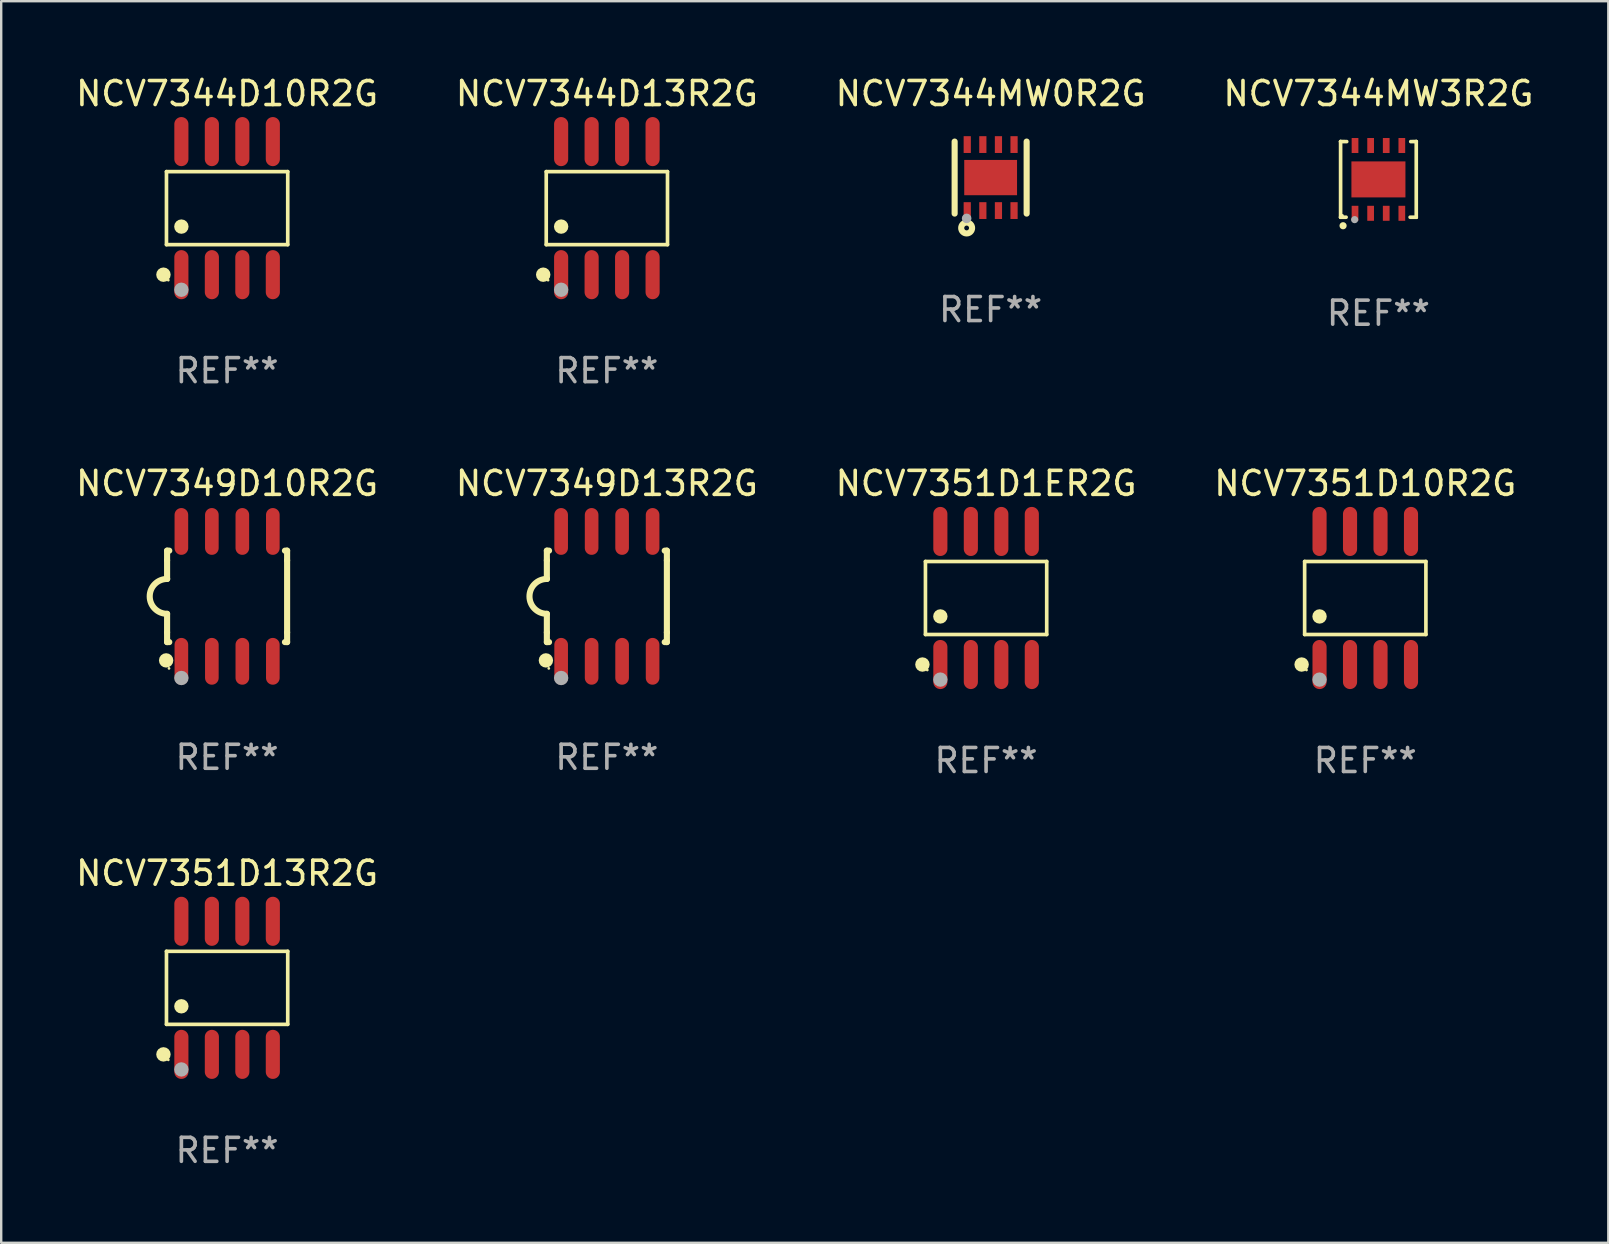
<source format=kicad_pcb>
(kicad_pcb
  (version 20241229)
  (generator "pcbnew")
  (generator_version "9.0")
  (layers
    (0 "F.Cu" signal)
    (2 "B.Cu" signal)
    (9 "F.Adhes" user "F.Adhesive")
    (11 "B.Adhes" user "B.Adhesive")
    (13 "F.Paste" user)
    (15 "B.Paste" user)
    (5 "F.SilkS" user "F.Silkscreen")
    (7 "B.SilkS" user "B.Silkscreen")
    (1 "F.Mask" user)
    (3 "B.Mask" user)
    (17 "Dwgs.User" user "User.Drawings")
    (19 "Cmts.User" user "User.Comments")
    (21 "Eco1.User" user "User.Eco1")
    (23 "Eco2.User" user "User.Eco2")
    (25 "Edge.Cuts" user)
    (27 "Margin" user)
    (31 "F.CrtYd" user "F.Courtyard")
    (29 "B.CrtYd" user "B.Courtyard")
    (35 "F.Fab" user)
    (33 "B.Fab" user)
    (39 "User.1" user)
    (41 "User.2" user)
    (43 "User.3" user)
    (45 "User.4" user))
  (footprint "NCV7344D13R2G"
    (layer "F.Cu")
    (at 22.232 5.621)
    (property "Reference" "NCV7344D13R2G" (at 0 -4.772 0) (layer "F.SilkS") (effects (font (size 1 1) (thickness 0.15))))
    (attr through_hole)
    (fp_line (start -2.526 -1.521) (end 2.526 -1.521) (stroke (width 0.152) (type solid)) (layer "F.SilkS"))
    (fp_line (start -2.526 1.521) (end -2.526 -1.521) (stroke (width 0.152) (type solid)) (layer "F.SilkS"))
    (fp_line (start 2.526 -1.521) (end 2.526 1.521) (stroke (width 0.152) (type solid)) (layer "F.SilkS"))
    (fp_line (start 2.526 1.521) (end -2.526 1.521) (stroke (width 0.152) (type solid)) (layer "F.SilkS"))
    (fp_circle (center -2.652 2.772) (end -2.501 2.772) (stroke (width 0.3) (type solid)) (fill no) (layer "F.SilkS"))
    (fp_circle (center -2.45 3) (end -2.42 3) (stroke (width 0.06) (type solid)) (fill no) (layer "F.SilkS"))
    (fp_circle (center -1.905 0.769) (end -1.755 0.769) (stroke (width 0.3) (type solid)) (fill no) (layer "F.SilkS"))
    (fp_circle (center -1.905 3.4) (end -1.755 3.4) (stroke (width 0.3) (type solid)) (fill no) (layer "F.Fab"))
    (fp_text user "REF**" (at 0 6.772 0) (layer "F.Fab") (effects (font (size 1 1) (thickness 0.15))))
    (pad "1" smd oval (at -1.905 2.772) (size 0.588 2.045) (layers "F.Cu" "F.Mask" "F.Paste"))
    (pad "2" smd oval (at -0.635 2.772) (size 0.588 2.045) (layers "F.Cu" "F.Mask" "F.Paste"))
    (pad "3" smd oval (at 0.635 2.772) (size 0.588 2.045) (layers "F.Cu" "F.Mask" "F.Paste"))
    (pad "4" smd oval (at 1.905 2.772) (size 0.588 2.045) (layers "F.Cu" "F.Mask" "F.Paste"))
    (pad "5" smd oval (at 1.905 -2.772) (size 0.588 2.045) (layers "F.Cu" "F.Mask" "F.Paste"))
    (pad "6" smd oval (at 0.635 -2.772) (size 0.588 2.045) (layers "F.Cu" "F.Mask" "F.Paste"))
    (pad "7" smd oval (at -0.635 -2.772) (size 0.588 2.045) (layers "F.Cu" "F.Mask" "F.Paste"))
    (pad "8" smd oval (at -1.905 -2.772) (size 0.588 2.045) (layers "F.Cu" "F.Mask" "F.Paste")))
  (footprint "NCV7344D10R2G"
    (layer "F.Cu")
    (at 6.411 5.621)
    (property "Reference" "NCV7344D10R2G" (at 0 -4.772 0) (layer "F.SilkS") (effects (font (size 1 1) (thickness 0.15))))
    (attr through_hole)
    (fp_line (start -2.526 -1.521) (end 2.526 -1.521) (stroke (width 0.152) (type solid)) (layer "F.SilkS"))
    (fp_line (start -2.526 1.521) (end -2.526 -1.521) (stroke (width 0.152) (type solid)) (layer "F.SilkS"))
    (fp_line (start 2.526 -1.521) (end 2.526 1.521) (stroke (width 0.152) (type solid)) (layer "F.SilkS"))
    (fp_line (start 2.526 1.521) (end -2.526 1.521) (stroke (width 0.152) (type solid)) (layer "F.SilkS"))
    (fp_circle (center -2.652 2.772) (end -2.501 2.772) (stroke (width 0.3) (type solid)) (fill no) (layer "F.SilkS"))
    (fp_circle (center -2.45 3) (end -2.42 3) (stroke (width 0.06) (type solid)) (fill no) (layer "F.SilkS"))
    (fp_circle (center -1.905 0.769) (end -1.755 0.769) (stroke (width 0.3) (type solid)) (fill no) (layer "F.SilkS"))
    (fp_circle (center -1.905 3.4) (end -1.755 3.4) (stroke (width 0.3) (type solid)) (fill no) (layer "F.Fab"))
    (fp_text user "REF**" (at 0 6.772 0) (layer "F.Fab") (effects (font (size 1 1) (thickness 0.15))))
    (pad "1" smd oval (at -1.905 2.772) (size 0.588 2.045) (layers "F.Cu" "F.Mask" "F.Paste"))
    (pad "2" smd oval (at -0.635 2.772) (size 0.588 2.045) (layers "F.Cu" "F.Mask" "F.Paste"))
    (pad "3" smd oval (at 0.635 2.772) (size 0.588 2.045) (layers "F.Cu" "F.Mask" "F.Paste"))
    (pad "4" smd oval (at 1.905 2.772) (size 0.588 2.045) (layers "F.Cu" "F.Mask" "F.Paste"))
    (pad "5" smd oval (at 1.905 -2.772) (size 0.588 2.045) (layers "F.Cu" "F.Mask" "F.Paste"))
    (pad "6" smd oval (at 0.635 -2.772) (size 0.588 2.045) (layers "F.Cu" "F.Mask" "F.Paste"))
    (pad "7" smd oval (at -0.635 -2.772) (size 0.588 2.045) (layers "F.Cu" "F.Mask" "F.Paste"))
    (pad "8" smd oval (at -1.905 -2.772) (size 0.588 2.045) (layers "F.Cu" "F.Mask" "F.Paste")))
  (footprint "NCV7349D13R2G"
    (layer "F.Cu")
    (at 22.232 21.795)
    (property "Reference" "NCV7349D13R2G" (at 0 -4.705 0) (layer "F.SilkS") (effects (font (size 1 1) (thickness 0.15))))
    (attr through_hole)
    (fp_line (start -2.5 -1.905) (end -2.409 -1.905) (stroke (width 0.254) (type solid)) (layer "F.SilkS"))
    (fp_line (start -2.5 -1.5) (end -2.5 -1.905) (stroke (width 0.254) (type solid)) (layer "F.SilkS"))
    (fp_line (start -2.5 -1.5) (end -2.5 -0.726) (stroke (width 0.254) (type solid)) (layer "F.SilkS"))
    (fp_line (start -2.5 1.5) (end -2.5 0.727) (stroke (width 0.254) (type solid)) (layer "F.SilkS"))
    (fp_line (start -2.5 1.5) (end -2.5 1.905) (stroke (width 0.254) (type solid)) (layer "F.SilkS"))
    (fp_line (start -2.5 1.905) (end -2.409 1.905) (stroke (width 0.254) (type solid)) (layer "F.SilkS"))
    (fp_line (start 2.5 -1.905) (end 2.409 -1.905) (stroke (width 0.254) (type solid)) (layer "F.SilkS"))
    (fp_line (start 2.5 -1.5) (end 2.5 -1.905) (stroke (width 0.254) (type solid)) (layer "F.SilkS"))
    (fp_line (start 2.5 -1.5) (end 2.5 1.5) (stroke (width 0.254) (type solid)) (layer "F.SilkS"))
    (fp_line (start 2.5 1.5) (end 2.5 1.905) (stroke (width 0.254) (type solid)) (layer "F.SilkS"))
    (fp_line (start 2.5 1.905) (end 2.409 1.905) (stroke (width 0.254) (type solid)) (layer "F.SilkS"))
    (fp_arc (start -2.5 0.726568) (mid -3.220316 -0.0023) (end -2.495097 -0.726289) (stroke (width 0.254001) (type solid)) (layer "F.SilkS"))
    (fp_circle (center -2.54 2.667) (end -2.39 2.667) (stroke (width 0.3) (type solid)) (fill no) (layer "F.SilkS"))
    (fp_circle (center -2.42 3) (end -2.39 3) (stroke (width 0.06) (type solid)) (fill no) (layer "F.SilkS"))
    (fp_circle (center -1.905 3.4) (end -1.755 3.4) (stroke (width 0.3) (type solid)) (fill no) (layer "F.Fab"))
    (fp_text user "REF**" (at 0 6.705 0) (layer "F.Fab") (effects (font (size 1 1) (thickness 0.15))))
    (pad "1" smd oval (at -1.905 2.705) (size 0.568 1.95) (layers "F.Cu" "F.Mask" "F.Paste"))
    (pad "2" smd oval (at -0.635 2.705) (size 0.568 1.95) (layers "F.Cu" "F.Mask" "F.Paste"))
    (pad "3" smd oval (at 0.635 2.705) (size 0.568 1.95) (layers "F.Cu" "F.Mask" "F.Paste"))
    (pad "4" smd oval (at 1.905 2.705) (size 0.568 1.95) (layers "F.Cu" "F.Mask" "F.Paste"))
    (pad "5" smd oval (at 1.905 -2.705) (size 0.568 1.95) (layers "F.Cu" "F.Mask" "F.Paste"))
    (pad "6" smd oval (at 0.635 -2.705) (size 0.568 1.95) (layers "F.Cu" "F.Mask" "F.Paste"))
    (pad "7" smd oval (at -0.635 -2.705) (size 0.568 1.95) (layers "F.Cu" "F.Mask" "F.Paste"))
    (pad "8" smd oval (at -1.905 -2.705) (size 0.568 1.95) (layers "F.Cu" "F.Mask" "F.Paste")))
  (footprint "NCV7344MW3R2G"
    (layer "F.Cu")
    (at 54.375 4.424)
    (property "Reference" "NCV7344MW3R2G" (at 0 -3.576 0) (layer "F.SilkS") (effects (font (size 1 1) (thickness 0.15))))
    (attr through_hole)
    (fp_line (start -1.576 -1.576) (end -1.576 -1.576) (stroke (width 0.152) (type solid)) (layer "F.SilkS"))
    (fp_line (start -1.576 -1.576) (end -1.576 1.576) (stroke (width 0.152) (type solid)) (layer "F.SilkS"))
    (fp_line (start -1.576 1.576) (end -1.576 1.576) (stroke (width 0.152) (type solid)) (layer "F.SilkS"))
    (fp_line (start -1.576 1.576) (end -1.346 1.575) (stroke (width 0.152) (type solid)) (layer "F.SilkS"))
    (fp_line (start -1.321 -1.575) (end -1.576 -1.576) (stroke (width 0.152) (type solid)) (layer "F.SilkS"))
    (fp_line (start 1.321 1.575) (end 1.576 1.576) (stroke (width 0.152) (type solid)) (layer "F.SilkS"))
    (fp_line (start 1.576 -1.576) (end 1.346 -1.575) (stroke (width 0.152) (type solid)) (layer "F.SilkS"))
    (fp_line (start 1.576 -1.576) (end 1.576 -1.576) (stroke (width 0.152) (type solid)) (layer "F.SilkS"))
    (fp_line (start 1.576 1.576) (end 1.576 -1.576) (stroke (width 0.152) (type solid)) (layer "F.SilkS"))
    (fp_line (start 1.576 1.576) (end 1.576 1.576) (stroke (width 0.152) (type solid)) (layer "F.SilkS"))
    (fp_circle (center -1.5 1.5) (end -1.47 1.5) (stroke (width 0.06) (type solid)) (fill no) (layer "F.SilkS"))
    (fp_circle (center -1.473 1.93) (end -1.398 1.93) (stroke (width 0.15) (type solid)) (fill no) (layer "F.SilkS"))
    (fp_circle (center -0.991 1.676) (end -0.916 1.676) (stroke (width 0.15) (type solid)) (fill no) (layer "F.Fab"))
    (fp_text user "REF**" (at 0 5.576 0) (layer "F.Fab") (effects (font (size 1 1) (thickness 0.15))))
    (pad "1" smd rect (at -0.975 1.412) (size 0.28 0.625) (layers "F.Cu" "F.Mask" "F.Paste"))
    (pad "2" smd rect (at -0.325 1.412) (size 0.28 0.625) (layers "F.Cu" "F.Mask" "F.Paste"))
    (pad "3" smd rect (at 0.325 1.412) (size 0.28 0.625) (layers "F.Cu" "F.Mask" "F.Paste"))
    (pad "4" smd rect (at 0.975 1.412) (size 0.28 0.625) (layers "F.Cu" "F.Mask" "F.Paste"))
    (pad "5" smd rect (at 0.975 -1.412) (size 0.28 0.625) (layers "F.Cu" "F.Mask" "F.Paste"))
    (pad "6" smd rect (at 0.325 -1.412) (size 0.28 0.625) (layers "F.Cu" "F.Mask" "F.Paste"))
    (pad "7" smd rect (at -0.325 -1.412) (size 0.28 0.625) (layers "F.Cu" "F.Mask" "F.Paste"))
    (pad "8" smd rect (at -0.975 -1.412) (size 0.28 0.625) (layers "F.Cu" "F.Mask" "F.Paste"))
    (pad "9" smd rect (at 0 0) (size 2.25 1.5) (layers "F.Cu" "F.Mask" "F.Paste")))
  (footprint "NCV7344MW0R2G"
    (layer "F.Cu")
    (at 38.22 4.348)
    (property "Reference" "NCV7344MW0R2G" (at 0 -3.5 0) (layer "F.SilkS") (effects (font (size 1 1) (thickness 0.15))))
    (attr through_hole)
    (fp_line (start -1.5 -1.5) (end -1.5 1.5) (stroke (width 0.254) (type solid)) (layer "F.SilkS"))
    (fp_line (start 1.5 -1.5) (end 1.5 1.5) (stroke (width 0.254) (type solid)) (layer "F.SilkS"))
    (fp_circle (center -1.5 1.5) (end -1.47 1.5) (stroke (width 0.06) (type solid)) (fill no) (layer "F.SilkS"))
    (fp_circle (center -1 2.1) (end -0.9 2.1) (stroke (width 0.254) (type solid)) (fill no) (layer "F.SilkS"))
    (fp_circle (center -1 1.7) (end -0.9 1.7) (stroke (width 0.2) (type solid)) (fill no) (layer "F.Fab"))
    (fp_text user "REF**" (at 0 5.5 0) (layer "F.Fab") (effects (font (size 1 1) (thickness 0.15))))
    (pad "1" smd rect (at -0.975 1.375 90) (size 0.7 0.3) (layers "F.Cu" "F.Mask" "F.Paste"))
    (pad "2" smd rect (at -0.325 1.375 90) (size 0.7 0.3) (layers "F.Cu" "F.Mask" "F.Paste"))
    (pad "3" smd rect (at 0.325 1.375 90) (size 0.7 0.3) (layers "F.Cu" "F.Mask" "F.Paste"))
    (pad "4" smd rect (at 0.975 1.375 90) (size 0.7 0.3) (layers "F.Cu" "F.Mask" "F.Paste"))
    (pad "5" smd rect (at 0.975 -1.375 90) (size 0.7 0.3) (layers "F.Cu" "F.Mask" "F.Paste"))
    (pad "6" smd rect (at 0.325 -1.375 90) (size 0.7 0.3) (layers "F.Cu" "F.Mask" "F.Paste"))
    (pad "7" smd rect (at -0.325 -1.375 90) (size 0.7 0.3) (layers "F.Cu" "F.Mask" "F.Paste"))
    (pad "8" smd rect (at -0.975 -1.375 90) (size 0.7 0.3) (layers "F.Cu" "F.Mask" "F.Paste"))
    (pad "9" smd rect (at 0 0 180) (size 2.2 1.47) (layers "F.Cu" "F.Mask" "F.Paste")))
  (footprint "NCV7349D10R2G"
    (layer "F.Cu")
    (at 6.411 21.795)
    (property "Reference" "NCV7349D10R2G" (at 0 -4.705 0) (layer "F.SilkS") (effects (font (size 1 1) (thickness 0.15))))
    (attr through_hole)
    (fp_line (start -2.5 -1.905) (end -2.409 -1.905) (stroke (width 0.254) (type solid)) (layer "F.SilkS"))
    (fp_line (start -2.5 -1.5) (end -2.5 -1.905) (stroke (width 0.254) (type solid)) (layer "F.SilkS"))
    (fp_line (start -2.5 -1.5) (end -2.5 -0.726) (stroke (width 0.254) (type solid)) (layer "F.SilkS"))
    (fp_line (start -2.5 1.5) (end -2.5 0.727) (stroke (width 0.254) (type solid)) (layer "F.SilkS"))
    (fp_line (start -2.5 1.5) (end -2.5 1.905) (stroke (width 0.254) (type solid)) (layer "F.SilkS"))
    (fp_line (start -2.5 1.905) (end -2.409 1.905) (stroke (width 0.254) (type solid)) (layer "F.SilkS"))
    (fp_line (start 2.5 -1.905) (end 2.409 -1.905) (stroke (width 0.254) (type solid)) (layer "F.SilkS"))
    (fp_line (start 2.5 -1.5) (end 2.5 -1.905) (stroke (width 0.254) (type solid)) (layer "F.SilkS"))
    (fp_line (start 2.5 -1.5) (end 2.5 1.5) (stroke (width 0.254) (type solid)) (layer "F.SilkS"))
    (fp_line (start 2.5 1.5) (end 2.5 1.905) (stroke (width 0.254) (type solid)) (layer "F.SilkS"))
    (fp_line (start 2.5 1.905) (end 2.409 1.905) (stroke (width 0.254) (type solid)) (layer "F.SilkS"))
    (fp_arc (start -2.5 0.726568) (mid -3.220316 -0.0023) (end -2.495097 -0.726289) (stroke (width 0.254001) (type solid)) (layer "F.SilkS"))
    (fp_circle (center -2.54 2.667) (end -2.39 2.667) (stroke (width 0.3) (type solid)) (fill no) (layer "F.SilkS"))
    (fp_circle (center -2.42 3) (end -2.39 3) (stroke (width 0.06) (type solid)) (fill no) (layer "F.SilkS"))
    (fp_circle (center -1.905 3.4) (end -1.755 3.4) (stroke (width 0.3) (type solid)) (fill no) (layer "F.Fab"))
    (fp_text user "REF**" (at 0 6.705 0) (layer "F.Fab") (effects (font (size 1 1) (thickness 0.15))))
    (pad "1" smd oval (at -1.905 2.705) (size 0.568 1.95) (layers "F.Cu" "F.Mask" "F.Paste"))
    (pad "2" smd oval (at -0.635 2.705) (size 0.568 1.95) (layers "F.Cu" "F.Mask" "F.Paste"))
    (pad "3" smd oval (at 0.635 2.705) (size 0.568 1.95) (layers "F.Cu" "F.Mask" "F.Paste"))
    (pad "4" smd oval (at 1.905 2.705) (size 0.568 1.95) (layers "F.Cu" "F.Mask" "F.Paste"))
    (pad "5" smd oval (at 1.905 -2.705) (size 0.568 1.95) (layers "F.Cu" "F.Mask" "F.Paste"))
    (pad "6" smd oval (at 0.635 -2.705) (size 0.568 1.95) (layers "F.Cu" "F.Mask" "F.Paste"))
    (pad "7" smd oval (at -0.635 -2.705) (size 0.568 1.95) (layers "F.Cu" "F.Mask" "F.Paste"))
    (pad "8" smd oval (at -1.905 -2.705) (size 0.568 1.95) (layers "F.Cu" "F.Mask" "F.Paste")))
  (footprint "NCV7351D1ER2G"
    (layer "F.Cu")
    (at 38.03 21.862)
    (property "Reference" "NCV7351D1ER2G" (at 0 -4.772 0) (layer "F.SilkS") (effects (font (size 1 1) (thickness 0.15))))
    (attr through_hole)
    (fp_line (start -2.526 -1.521) (end 2.526 -1.521) (stroke (width 0.152) (type solid)) (layer "F.SilkS"))
    (fp_line (start -2.526 1.521) (end -2.526 -1.521) (stroke (width 0.152) (type solid)) (layer "F.SilkS"))
    (fp_line (start 2.526 -1.521) (end 2.526 1.521) (stroke (width 0.152) (type solid)) (layer "F.SilkS"))
    (fp_line (start 2.526 1.521) (end -2.526 1.521) (stroke (width 0.152) (type solid)) (layer "F.SilkS"))
    (fp_circle (center -2.652 2.772) (end -2.501 2.772) (stroke (width 0.3) (type solid)) (fill no) (layer "F.SilkS"))
    (fp_circle (center -2.45 3) (end -2.42 3) (stroke (width 0.06) (type solid)) (fill no) (layer "F.SilkS"))
    (fp_circle (center -1.905 0.769) (end -1.755 0.769) (stroke (width 0.3) (type solid)) (fill no) (layer "F.SilkS"))
    (fp_circle (center -1.905 3.4) (end -1.755 3.4) (stroke (width 0.3) (type solid)) (fill no) (layer "F.Fab"))
    (fp_text user "REF**" (at 0 6.772 0) (layer "F.Fab") (effects (font (size 1 1) (thickness 0.15))))
    (pad "1" smd oval (at -1.905 2.772) (size 0.588 2.045) (layers "F.Cu" "F.Mask" "F.Paste"))
    (pad "2" smd oval (at -0.635 2.772) (size 0.588 2.045) (layers "F.Cu" "F.Mask" "F.Paste"))
    (pad "3" smd oval (at 0.635 2.772) (size 0.588 2.045) (layers "F.Cu" "F.Mask" "F.Paste"))
    (pad "4" smd oval (at 1.905 2.772) (size 0.588 2.045) (layers "F.Cu" "F.Mask" "F.Paste"))
    (pad "5" smd oval (at 1.905 -2.772) (size 0.588 2.045) (layers "F.Cu" "F.Mask" "F.Paste"))
    (pad "6" smd oval (at 0.635 -2.772) (size 0.588 2.045) (layers "F.Cu" "F.Mask" "F.Paste"))
    (pad "7" smd oval (at -0.635 -2.772) (size 0.588 2.045) (layers "F.Cu" "F.Mask" "F.Paste"))
    (pad "8" smd oval (at -1.905 -2.772) (size 0.588 2.045) (layers "F.Cu" "F.Mask" "F.Paste")))
  (footprint "NCV7351D10R2G"
    (layer "F.Cu")
    (at 53.827 21.862)
    (property "Reference" "NCV7351D10R2G" (at 0 -4.772 0) (layer "F.SilkS") (effects (font (size 1 1) (thickness 0.15))))
    (attr through_hole)
    (fp_line (start -2.526 -1.521) (end 2.526 -1.521) (stroke (width 0.152) (type solid)) (layer "F.SilkS"))
    (fp_line (start -2.526 1.521) (end -2.526 -1.521) (stroke (width 0.152) (type solid)) (layer "F.SilkS"))
    (fp_line (start 2.526 -1.521) (end 2.526 1.521) (stroke (width 0.152) (type solid)) (layer "F.SilkS"))
    (fp_line (start 2.526 1.521) (end -2.526 1.521) (stroke (width 0.152) (type solid)) (layer "F.SilkS"))
    (fp_circle (center -2.652 2.772) (end -2.501 2.772) (stroke (width 0.3) (type solid)) (fill no) (layer "F.SilkS"))
    (fp_circle (center -2.45 3) (end -2.42 3) (stroke (width 0.06) (type solid)) (fill no) (layer "F.SilkS"))
    (fp_circle (center -1.905 0.769) (end -1.755 0.769) (stroke (width 0.3) (type solid)) (fill no) (layer "F.SilkS"))
    (fp_circle (center -1.905 3.4) (end -1.755 3.4) (stroke (width 0.3) (type solid)) (fill no) (layer "F.Fab"))
    (fp_text user "REF**" (at 0 6.772 0) (layer "F.Fab") (effects (font (size 1 1) (thickness 0.15))))
    (pad "1" smd oval (at -1.905 2.772) (size 0.588 2.045) (layers "F.Cu" "F.Mask" "F.Paste"))
    (pad "2" smd oval (at -0.635 2.772) (size 0.588 2.045) (layers "F.Cu" "F.Mask" "F.Paste"))
    (pad "3" smd oval (at 0.635 2.772) (size 0.588 2.045) (layers "F.Cu" "F.Mask" "F.Paste"))
    (pad "4" smd oval (at 1.905 2.772) (size 0.588 2.045) (layers "F.Cu" "F.Mask" "F.Paste"))
    (pad "5" smd oval (at 1.905 -2.772) (size 0.588 2.045) (layers "F.Cu" "F.Mask" "F.Paste"))
    (pad "6" smd oval (at 0.635 -2.772) (size 0.588 2.045) (layers "F.Cu" "F.Mask" "F.Paste"))
    (pad "7" smd oval (at -0.635 -2.772) (size 0.588 2.045) (layers "F.Cu" "F.Mask" "F.Paste"))
    (pad "8" smd oval (at -1.905 -2.772) (size 0.588 2.045) (layers "F.Cu" "F.Mask" "F.Paste")))
  (footprint "NCV7351D13R2G"
    (layer "F.Cu")
    (at 6.411 38.103)
    (property "Reference" "NCV7351D13R2G" (at 0 -4.772 0) (layer "F.SilkS") (effects (font (size 1 1) (thickness 0.15))))
    (attr through_hole)
    (fp_line (start -2.526 -1.521) (end 2.526 -1.521) (stroke (width 0.152) (type solid)) (layer "F.SilkS"))
    (fp_line (start -2.526 1.521) (end -2.526 -1.521) (stroke (width 0.152) (type solid)) (layer "F.SilkS"))
    (fp_line (start 2.526 -1.521) (end 2.526 1.521) (stroke (width 0.152) (type solid)) (layer "F.SilkS"))
    (fp_line (start 2.526 1.521) (end -2.526 1.521) (stroke (width 0.152) (type solid)) (layer "F.SilkS"))
    (fp_circle (center -2.652 2.772) (end -2.501 2.772) (stroke (width 0.3) (type solid)) (fill no) (layer "F.SilkS"))
    (fp_circle (center -2.45 3) (end -2.42 3) (stroke (width 0.06) (type solid)) (fill no) (layer "F.SilkS"))
    (fp_circle (center -1.905 0.769) (end -1.755 0.769) (stroke (width 0.3) (type solid)) (fill no) (layer "F.SilkS"))
    (fp_circle (center -1.905 3.4) (end -1.755 3.4) (stroke (width 0.3) (type solid)) (fill no) (layer "F.Fab"))
    (fp_text user "REF**" (at 0 6.772 0) (layer "F.Fab") (effects (font (size 1 1) (thickness 0.15))))
    (pad "1" smd oval (at -1.905 2.772) (size 0.588 2.045) (layers "F.Cu" "F.Mask" "F.Paste"))
    (pad "2" smd oval (at -0.635 2.772) (size 0.588 2.045) (layers "F.Cu" "F.Mask" "F.Paste"))
    (pad "3" smd oval (at 0.635 2.772) (size 0.588 2.045) (layers "F.Cu" "F.Mask" "F.Paste"))
    (pad "4" smd oval (at 1.905 2.772) (size 0.588 2.045) (layers "F.Cu" "F.Mask" "F.Paste"))
    (pad "5" smd oval (at 1.905 -2.772) (size 0.588 2.045) (layers "F.Cu" "F.Mask" "F.Paste"))
    (pad "6" smd oval (at 0.635 -2.772) (size 0.588 2.045) (layers "F.Cu" "F.Mask" "F.Paste"))
    (pad "7" smd oval (at -0.635 -2.772) (size 0.588 2.045) (layers "F.Cu" "F.Mask" "F.Paste"))
    (pad "8" smd oval (at -1.905 -2.772) (size 0.588 2.045) (layers "F.Cu" "F.Mask" "F.Paste")))
  (gr_rect
    (start -3 -3)
    (end 63.952 48.724)
    (stroke (width 0.1) (type default))
    (fill no)
    (layer "Edge.Cuts")))
</source>
